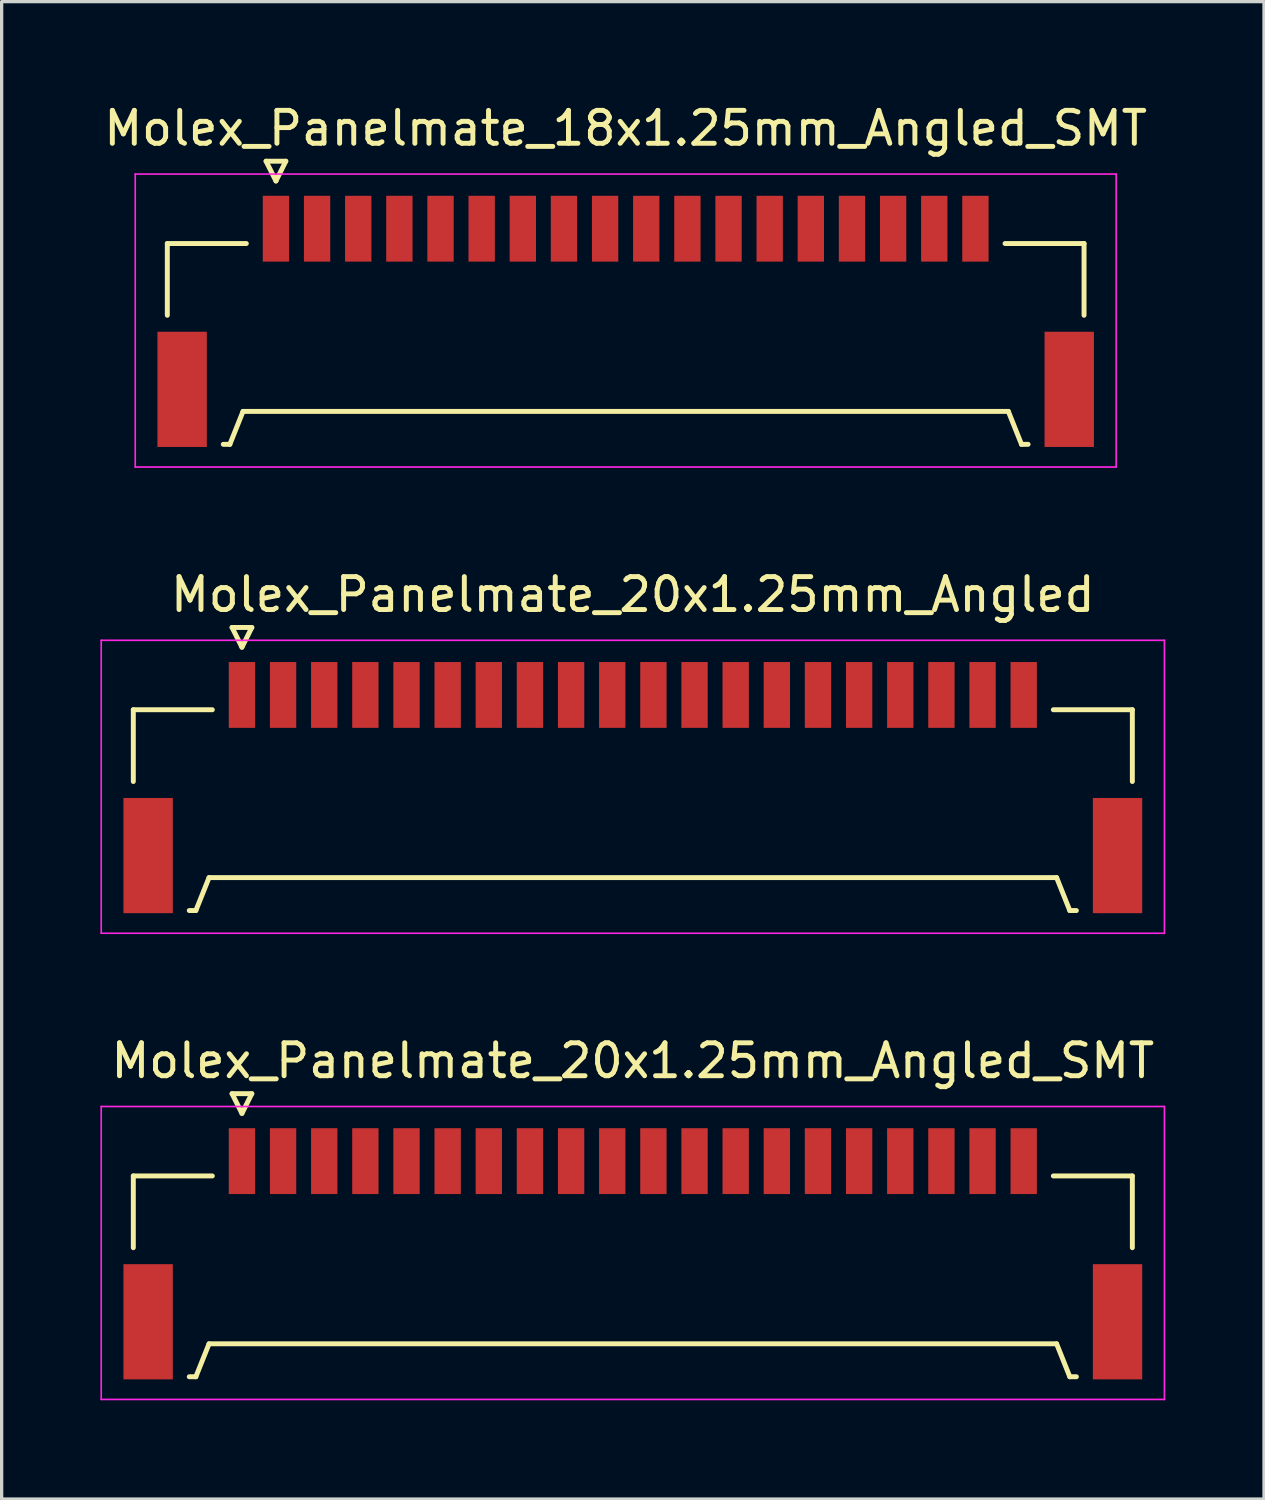
<source format=kicad_pcb>
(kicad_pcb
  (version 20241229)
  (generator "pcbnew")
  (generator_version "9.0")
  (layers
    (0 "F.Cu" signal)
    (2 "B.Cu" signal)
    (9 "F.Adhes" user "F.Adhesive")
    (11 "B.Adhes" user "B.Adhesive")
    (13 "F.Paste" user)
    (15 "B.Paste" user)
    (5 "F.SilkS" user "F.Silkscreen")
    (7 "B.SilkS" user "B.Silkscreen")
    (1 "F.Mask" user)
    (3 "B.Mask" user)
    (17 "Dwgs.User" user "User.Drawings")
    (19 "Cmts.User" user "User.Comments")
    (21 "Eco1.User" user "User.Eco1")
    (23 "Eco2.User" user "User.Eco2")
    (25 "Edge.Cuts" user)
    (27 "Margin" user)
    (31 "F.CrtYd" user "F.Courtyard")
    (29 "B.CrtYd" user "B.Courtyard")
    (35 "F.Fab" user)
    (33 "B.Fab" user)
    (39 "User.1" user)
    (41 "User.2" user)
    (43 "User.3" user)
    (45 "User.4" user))
  (footprint "Molex_Panelmate_20x1.25mm_Angled_SMT"
    (layer "F.Cu")
    (at 16.175 34.665)
    (property "Reference" "Molex_Panelmate_20x1.25mm_Angled_SMT" (at 0 -5.49 0) (layer "F.SilkS") (effects (font (size 1 1) (thickness 0.15))))
    (attr smd)
    (fp_line (start -15.175 -1.99) (end -15.175 0.19) (stroke (width 0.15) (type solid)) (layer "F.SilkS"))
    (fp_line (start -13.475 4.11) (end -13.275 4.11) (stroke (width 0.15) (type solid)) (layer "F.SilkS"))
    (fp_line (start -13.275 4.11) (end -12.875 3.11) (stroke (width 0.15) (type solid)) (layer "F.SilkS"))
    (fp_line (start -12.875 3.11) (end 12.875 3.11) (stroke (width 0.15) (type solid)) (layer "F.SilkS"))
    (fp_line (start -12.775 -1.99) (end -15.175 -1.99) (stroke (width 0.15) (type solid)) (layer "F.SilkS"))
    (fp_line (start -12.175 -4.49) (end -11.875 -3.89) (stroke (width 0.15) (type solid)) (layer "F.SilkS"))
    (fp_line (start -11.875 -3.89) (end -11.575 -4.49) (stroke (width 0.15) (type solid)) (layer "F.SilkS"))
    (fp_line (start -11.575 -4.49) (end -12.175 -4.49) (stroke (width 0.15) (type solid)) (layer "F.SilkS"))
    (fp_line (start 12.775 -1.99) (end 15.175 -1.99) (stroke (width 0.15) (type solid)) (layer "F.SilkS"))
    (fp_line (start 12.875 3.11) (end 13.275 4.11) (stroke (width 0.15) (type solid)) (layer "F.SilkS"))
    (fp_line (start 13.275 4.11) (end 13.475 4.11) (stroke (width 0.15) (type solid)) (layer "F.SilkS"))
    (fp_line (start 15.175 -1.99) (end 15.175 0.19) (stroke (width 0.15) (type solid)) (layer "F.SilkS"))
    (fp_line (start -16.15 -4.1) (end -16.15 4.8) (stroke (width 0.05) (type solid)) (layer "F.CrtYd"))
    (fp_line (start -16.15 4.8) (end 16.15 4.8) (stroke (width 0.05) (type solid)) (layer "F.CrtYd"))
    (fp_line (start 16.15 -4.1) (end -16.15 -4.1) (stroke (width 0.05) (type solid)) (layer "F.CrtYd"))
    (fp_line (start 16.15 4.8) (end 16.15 -4.1) (stroke (width 0.05) (type solid)) (layer "F.CrtYd"))
    (pad "" smd rect (at -14.725 2.44) (size 1.5 3.5) (layers "F.Cu" "F.Mask" "F.Paste"))
    (pad "" smd rect (at 14.725 2.44) (size 1.5 3.5) (layers "F.Cu" "F.Mask" "F.Paste"))
    (pad "1" smd rect (at -11.875 -2.44) (size 0.8 2) (layers "F.Cu" "F.Mask" "F.Paste"))
    (pad "2" smd rect (at -10.625 -2.44) (size 0.8 2) (layers "F.Cu" "F.Mask" "F.Paste"))
    (pad "3" smd rect (at -9.375 -2.44) (size 0.8 2) (layers "F.Cu" "F.Mask" "F.Paste"))
    (pad "4" smd rect (at -8.125 -2.44) (size 0.8 2) (layers "F.Cu" "F.Mask" "F.Paste"))
    (pad "5" smd rect (at -6.875 -2.44) (size 0.8 2) (layers "F.Cu" "F.Mask" "F.Paste"))
    (pad "6" smd rect (at -5.625 -2.44) (size 0.8 2) (layers "F.Cu" "F.Mask" "F.Paste"))
    (pad "7" smd rect (at -4.375 -2.44) (size 0.8 2) (layers "F.Cu" "F.Mask" "F.Paste"))
    (pad "8" smd rect (at -3.125 -2.44) (size 0.8 2) (layers "F.Cu" "F.Mask" "F.Paste"))
    (pad "9" smd rect (at -1.875 -2.44) (size 0.8 2) (layers "F.Cu" "F.Mask" "F.Paste"))
    (pad "10" smd rect (at -0.625 -2.44) (size 0.8 2) (layers "F.Cu" "F.Mask" "F.Paste"))
    (pad "11" smd rect (at 0.625 -2.44) (size 0.8 2) (layers "F.Cu" "F.Mask" "F.Paste"))
    (pad "12" smd rect (at 1.875 -2.44) (size 0.8 2) (layers "F.Cu" "F.Mask" "F.Paste"))
    (pad "13" smd rect (at 3.125 -2.44) (size 0.8 2) (layers "F.Cu" "F.Mask" "F.Paste"))
    (pad "14" smd rect (at 4.375 -2.44) (size 0.8 2) (layers "F.Cu" "F.Mask" "F.Paste"))
    (pad "15" smd rect (at 5.625 -2.44) (size 0.8 2) (layers "F.Cu" "F.Mask" "F.Paste"))
    (pad "16" smd rect (at 6.875 -2.44) (size 0.8 2) (layers "F.Cu" "F.Mask" "F.Paste"))
    (pad "17" smd rect (at 8.125 -2.44) (size 0.8 2) (layers "F.Cu" "F.Mask" "F.Paste"))
    (pad "18" smd rect (at 9.375 -2.44) (size 0.8 2) (layers "F.Cu" "F.Mask" "F.Paste"))
    (pad "19" smd rect (at 10.625 -2.44) (size 0.8 2) (layers "F.Cu" "F.Mask" "F.Paste"))
    (pad "20" smd rect (at 11.875 -2.44) (size 0.8 2) (layers "F.Cu" "F.Mask" "F.Paste")))
  (footprint "Molex_Panelmate_18x1.25mm_Angled_SMT"
    (layer "F.Cu")
    (at 15.958 6.338)
    (property "Reference" "Molex_Panelmate_18x1.25mm_Angled_SMT" (at 0 -5.49 0) (layer "F.SilkS") (effects (font (size 1 1) (thickness 0.15))))
    (attr smd)
    (fp_line (start -13.925 -1.99) (end -13.925 0.19) (stroke (width 0.15) (type solid)) (layer "F.SilkS"))
    (fp_line (start -12.225 4.11) (end -12.025 4.11) (stroke (width 0.15) (type solid)) (layer "F.SilkS"))
    (fp_line (start -12.025 4.11) (end -11.625 3.11) (stroke (width 0.15) (type solid)) (layer "F.SilkS"))
    (fp_line (start -11.625 3.11) (end 11.625 3.11) (stroke (width 0.15) (type solid)) (layer "F.SilkS"))
    (fp_line (start -11.525 -1.99) (end -13.925 -1.99) (stroke (width 0.15) (type solid)) (layer "F.SilkS"))
    (fp_line (start -10.925 -4.49) (end -10.625 -3.89) (stroke (width 0.15) (type solid)) (layer "F.SilkS"))
    (fp_line (start -10.625 -3.89) (end -10.325 -4.49) (stroke (width 0.15) (type solid)) (layer "F.SilkS"))
    (fp_line (start -10.325 -4.49) (end -10.925 -4.49) (stroke (width 0.15) (type solid)) (layer "F.SilkS"))
    (fp_line (start 11.525 -1.99) (end 13.925 -1.99) (stroke (width 0.15) (type solid)) (layer "F.SilkS"))
    (fp_line (start 11.625 3.11) (end 12.025 4.11) (stroke (width 0.15) (type solid)) (layer "F.SilkS"))
    (fp_line (start 12.025 4.11) (end 12.225 4.11) (stroke (width 0.15) (type solid)) (layer "F.SilkS"))
    (fp_line (start 13.925 -1.99) (end 13.925 0.19) (stroke (width 0.15) (type solid)) (layer "F.SilkS"))
    (fp_line (start -14.9 -4.1) (end -14.9 4.8) (stroke (width 0.05) (type solid)) (layer "F.CrtYd"))
    (fp_line (start -14.9 4.8) (end 14.9 4.8) (stroke (width 0.05) (type solid)) (layer "F.CrtYd"))
    (fp_line (start 14.9 -4.1) (end -14.9 -4.1) (stroke (width 0.05) (type solid)) (layer "F.CrtYd"))
    (fp_line (start 14.9 4.8) (end 14.9 -4.1) (stroke (width 0.05) (type solid)) (layer "F.CrtYd"))
    (pad "" smd rect (at -13.475 2.44) (size 1.5 3.5) (layers "F.Cu" "F.Mask" "F.Paste"))
    (pad "" smd rect (at 13.475 2.44) (size 1.5 3.5) (layers "F.Cu" "F.Mask" "F.Paste"))
    (pad "1" smd rect (at -10.625 -2.44) (size 0.8 2) (layers "F.Cu" "F.Mask" "F.Paste"))
    (pad "2" smd rect (at -9.375 -2.44) (size 0.8 2) (layers "F.Cu" "F.Mask" "F.Paste"))
    (pad "3" smd rect (at -8.125 -2.44) (size 0.8 2) (layers "F.Cu" "F.Mask" "F.Paste"))
    (pad "4" smd rect (at -6.875 -2.44) (size 0.8 2) (layers "F.Cu" "F.Mask" "F.Paste"))
    (pad "5" smd rect (at -5.625 -2.44) (size 0.8 2) (layers "F.Cu" "F.Mask" "F.Paste"))
    (pad "6" smd rect (at -4.375 -2.44) (size 0.8 2) (layers "F.Cu" "F.Mask" "F.Paste"))
    (pad "7" smd rect (at -3.125 -2.44) (size 0.8 2) (layers "F.Cu" "F.Mask" "F.Paste"))
    (pad "8" smd rect (at -1.875 -2.44) (size 0.8 2) (layers "F.Cu" "F.Mask" "F.Paste"))
    (pad "9" smd rect (at -0.625 -2.44) (size 0.8 2) (layers "F.Cu" "F.Mask" "F.Paste"))
    (pad "10" smd rect (at 0.625 -2.44) (size 0.8 2) (layers "F.Cu" "F.Mask" "F.Paste"))
    (pad "11" smd rect (at 1.875 -2.44) (size 0.8 2) (layers "F.Cu" "F.Mask" "F.Paste"))
    (pad "12" smd rect (at 3.125 -2.44) (size 0.8 2) (layers "F.Cu" "F.Mask" "F.Paste"))
    (pad "13" smd rect (at 4.375 -2.44) (size 0.8 2) (layers "F.Cu" "F.Mask" "F.Paste"))
    (pad "14" smd rect (at 5.625 -2.44) (size 0.8 2) (layers "F.Cu" "F.Mask" "F.Paste"))
    (pad "15" smd rect (at 6.875 -2.44) (size 0.8 2) (layers "F.Cu" "F.Mask" "F.Paste"))
    (pad "16" smd rect (at 8.125 -2.44) (size 0.8 2) (layers "F.Cu" "F.Mask" "F.Paste"))
    (pad "17" smd rect (at 9.375 -2.44) (size 0.8 2) (layers "F.Cu" "F.Mask" "F.Paste"))
    (pad "18" smd rect (at 10.625 -2.44) (size 0.8 2) (layers "F.Cu" "F.Mask" "F.Paste")))
  (footprint "Molex_Panelmate_20x1.25mm_Angled"
    (layer "F.Cu")
    (at 16.175 20.502)
    (property "Reference" "Molex_Panelmate_20x1.25mm_Angled" (at 0 -5.49 0) (layer "F.SilkS") (effects (font (size 1 1) (thickness 0.15))))
    (attr smd)
    (fp_line (start -15.175 -1.99) (end -15.175 0.19) (stroke (width 0.15) (type solid)) (layer "F.SilkS"))
    (fp_line (start -13.475 4.11) (end -13.275 4.11) (stroke (width 0.15) (type solid)) (layer "F.SilkS"))
    (fp_line (start -13.275 4.11) (end -12.875 3.11) (stroke (width 0.15) (type solid)) (layer "F.SilkS"))
    (fp_line (start -12.875 3.11) (end 12.875 3.11) (stroke (width 0.15) (type solid)) (layer "F.SilkS"))
    (fp_line (start -12.775 -1.99) (end -15.175 -1.99) (stroke (width 0.15) (type solid)) (layer "F.SilkS"))
    (fp_line (start -12.175 -4.49) (end -11.875 -3.89) (stroke (width 0.15) (type solid)) (layer "F.SilkS"))
    (fp_line (start -11.875 -3.89) (end -11.575 -4.49) (stroke (width 0.15) (type solid)) (layer "F.SilkS"))
    (fp_line (start -11.575 -4.49) (end -12.175 -4.49) (stroke (width 0.15) (type solid)) (layer "F.SilkS"))
    (fp_line (start 12.775 -1.99) (end 15.175 -1.99) (stroke (width 0.15) (type solid)) (layer "F.SilkS"))
    (fp_line (start 12.875 3.11) (end 13.275 4.11) (stroke (width 0.15) (type solid)) (layer "F.SilkS"))
    (fp_line (start 13.275 4.11) (end 13.475 4.11) (stroke (width 0.15) (type solid)) (layer "F.SilkS"))
    (fp_line (start 15.175 -1.99) (end 15.175 0.19) (stroke (width 0.15) (type solid)) (layer "F.SilkS"))
    (fp_line (start -16.15 -4.1) (end -16.15 4.8) (stroke (width 0.05) (type solid)) (layer "F.CrtYd"))
    (fp_line (start -16.15 4.8) (end 16.15 4.8) (stroke (width 0.05) (type solid)) (layer "F.CrtYd"))
    (fp_line (start 16.15 -4.1) (end -16.15 -4.1) (stroke (width 0.05) (type solid)) (layer "F.CrtYd"))
    (fp_line (start 16.15 4.8) (end 16.15 -4.1) (stroke (width 0.05) (type solid)) (layer "F.CrtYd"))
    (pad "" smd rect (at -14.725 2.44) (size 1.5 3.5) (layers "F.Cu" "F.Mask" "F.Paste"))
    (pad "" smd rect (at 14.725 2.44) (size 1.5 3.5) (layers "F.Cu" "F.Mask" "F.Paste"))
    (pad "1" smd rect (at -11.875 -2.44) (size 0.8 2) (layers "F.Cu" "F.Mask" "F.Paste"))
    (pad "2" smd rect (at -10.625 -2.44) (size 0.8 2) (layers "F.Cu" "F.Mask" "F.Paste"))
    (pad "3" smd rect (at -9.375 -2.44) (size 0.8 2) (layers "F.Cu" "F.Mask" "F.Paste"))
    (pad "4" smd rect (at -8.125 -2.44) (size 0.8 2) (layers "F.Cu" "F.Mask" "F.Paste"))
    (pad "5" smd rect (at -6.875 -2.44) (size 0.8 2) (layers "F.Cu" "F.Mask" "F.Paste"))
    (pad "6" smd rect (at -5.625 -2.44) (size 0.8 2) (layers "F.Cu" "F.Mask" "F.Paste"))
    (pad "7" smd rect (at -4.375 -2.44) (size 0.8 2) (layers "F.Cu" "F.Mask" "F.Paste"))
    (pad "8" smd rect (at -3.125 -2.44) (size 0.8 2) (layers "F.Cu" "F.Mask" "F.Paste"))
    (pad "9" smd rect (at -1.875 -2.44) (size 0.8 2) (layers "F.Cu" "F.Mask" "F.Paste"))
    (pad "10" smd rect (at -0.625 -2.44) (size 0.8 2) (layers "F.Cu" "F.Mask" "F.Paste"))
    (pad "11" smd rect (at 0.625 -2.44) (size 0.8 2) (layers "F.Cu" "F.Mask" "F.Paste"))
    (pad "12" smd rect (at 1.875 -2.44) (size 0.8 2) (layers "F.Cu" "F.Mask" "F.Paste"))
    (pad "13" smd rect (at 3.125 -2.44) (size 0.8 2) (layers "F.Cu" "F.Mask" "F.Paste"))
    (pad "14" smd rect (at 4.375 -2.44) (size 0.8 2) (layers "F.Cu" "F.Mask" "F.Paste"))
    (pad "15" smd rect (at 5.625 -2.44) (size 0.8 2) (layers "F.Cu" "F.Mask" "F.Paste"))
    (pad "16" smd rect (at 6.875 -2.44) (size 0.8 2) (layers "F.Cu" "F.Mask" "F.Paste"))
    (pad "17" smd rect (at 8.125 -2.44) (size 0.8 2) (layers "F.Cu" "F.Mask" "F.Paste"))
    (pad "18" smd rect (at 9.375 -2.44) (size 0.8 2) (layers "F.Cu" "F.Mask" "F.Paste"))
    (pad "19" smd rect (at 10.625 -2.44) (size 0.8 2) (layers "F.Cu" "F.Mask" "F.Paste"))
    (pad "20" smd rect (at 11.875 -2.44) (size 0.8 2) (layers "F.Cu" "F.Mask" "F.Paste")))
  (gr_rect
    (start -3 -3)
    (end 35.35 42.49)
    (stroke (width 0.1) (type default))
    (fill no)
    (layer "Edge.Cuts")))
</source>
